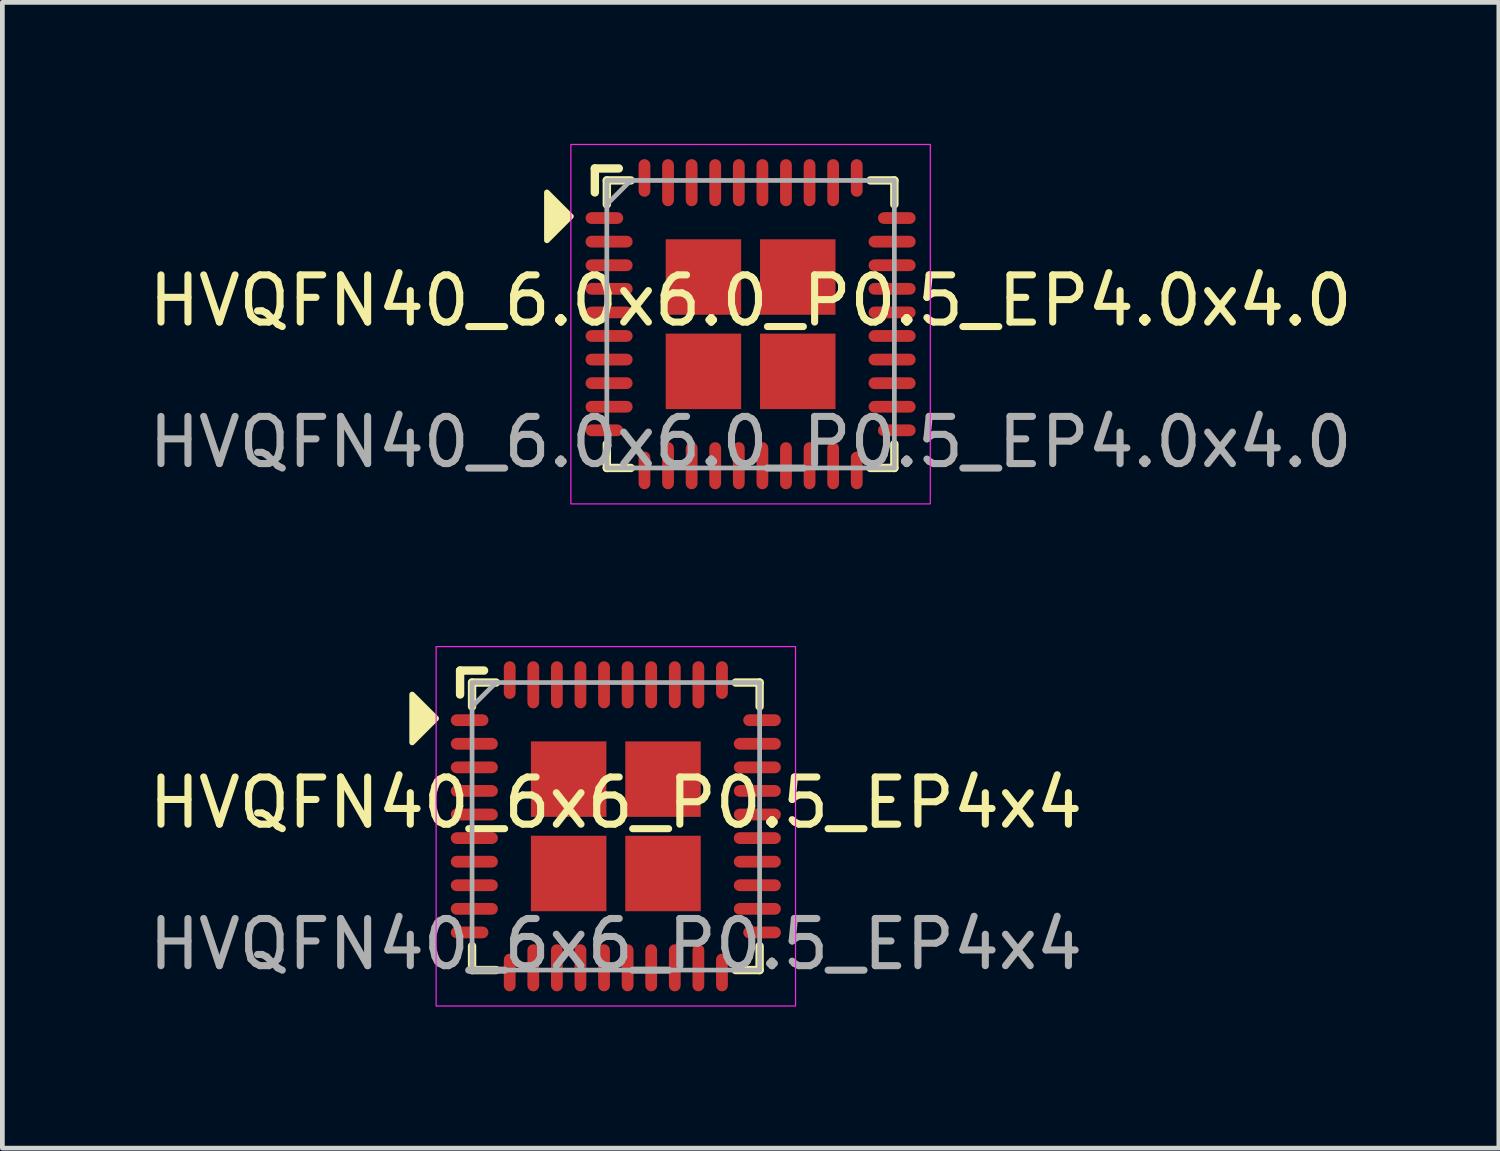
<source format=kicad_pcb>
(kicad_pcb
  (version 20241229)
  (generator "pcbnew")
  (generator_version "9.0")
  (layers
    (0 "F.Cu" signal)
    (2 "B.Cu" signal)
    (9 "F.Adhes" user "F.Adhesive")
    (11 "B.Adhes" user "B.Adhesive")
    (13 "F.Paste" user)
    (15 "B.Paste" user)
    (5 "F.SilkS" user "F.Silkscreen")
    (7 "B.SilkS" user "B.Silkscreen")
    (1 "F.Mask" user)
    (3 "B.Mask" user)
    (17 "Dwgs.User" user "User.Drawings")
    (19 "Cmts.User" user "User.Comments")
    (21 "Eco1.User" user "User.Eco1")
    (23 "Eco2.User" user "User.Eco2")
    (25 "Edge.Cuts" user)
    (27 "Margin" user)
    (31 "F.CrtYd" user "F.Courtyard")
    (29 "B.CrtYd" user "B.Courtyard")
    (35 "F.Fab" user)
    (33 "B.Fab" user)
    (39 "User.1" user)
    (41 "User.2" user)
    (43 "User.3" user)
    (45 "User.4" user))
  (footprint "HVQFN40_6x6_P0.5_EP4x4"
    (layer "F.Cu")
    (at 10.006 14.468)
    (property "Reference" "HVQFN40_6x6_P0.5_EP4x4" (at 0 -0.5 0) (unlocked yes) (layer "F.SilkS") (effects (font (size 1 1) (thickness 0.15))))
    (fp_line (start -3.302 -3.302) (end -2.794 -3.302) (stroke (width 0.178) (type solid)) (layer "F.SilkS"))
    (fp_line (start -3.302 -2.794) (end -3.302 -3.302) (stroke (width 0.178) (type solid)) (layer "F.SilkS"))
    (fp_line (start -3.048 -3.048) (end -3.048 -2.54) (stroke (width 0.178) (type solid)) (layer "F.SilkS"))
    (fp_line (start -3.048 2.54) (end -3.048 3.048) (stroke (width 0.178) (type solid)) (layer "F.SilkS"))
    (fp_line (start -2.54 -3.048) (end -3.048 -3.048) (stroke (width 0.178) (type solid)) (layer "F.SilkS"))
    (fp_line (start -2.54 3.048) (end -3.048 3.048) (stroke (width 0.178) (type solid)) (layer "F.SilkS"))
    (fp_line (start 2.54 -3.048) (end 3.048 -3.048) (stroke (width 0.178) (type solid)) (layer "F.SilkS"))
    (fp_line (start 2.54 3.048) (end 3.048 3.048) (stroke (width 0.178) (type solid)) (layer "F.SilkS"))
    (fp_line (start 3.048 -2.54) (end 3.048 -3.048) (stroke (width 0.178) (type solid)) (layer "F.SilkS"))
    (fp_line (start 3.048 2.54) (end 3.048 3.048) (stroke (width 0.178) (type solid)) (layer "F.SilkS"))
    (fp_poly (pts (xy -3.81 -2.286) (xy -4.318 -1.778) (xy -4.318 -2.794)) (stroke (width 0.12) (type solid)) (fill yes) (layer "F.SilkS"))
    (fp_rect (start -3.81 3.81) (end 3.81 -3.81) (stroke (width 0.025) (type solid)) (fill no) (layer "F.CrtYd"))
    (fp_line (start -3.048 -2.54) (end -2.54 -3.048) (stroke (width 0.1) (type solid)) (layer "F.Fab"))
    (fp_rect (start 3.048 -3.048) (end -3.048 3.048) (stroke (width 0.1) (type solid)) (fill no) (layer "F.Fab"))
    (fp_text user "${REFERENCE}" (at 0 2.5 0) (unlocked yes) (layer "F.Fab") (effects (font (size 1 1) (thickness 0.15))))
    (pad "1" smd roundrect (at -3.1 -2.25) (size 0.8 0.25) (layers "F.Cu" "F.Mask" "F.Paste") (roundrect_rratio 0.5))
    (pad "2" smd roundrect (at -3 -1.75) (size 1 0.25) (layers "F.Cu" "F.Mask" "F.Paste") (roundrect_rratio 0.5))
    (pad "3" smd roundrect (at -3 -1.25) (size 1 0.25) (layers "F.Cu" "F.Mask" "F.Paste") (roundrect_rratio 0.5))
    (pad "4" smd roundrect (at -3 -0.75) (size 1 0.25) (layers "F.Cu" "F.Mask" "F.Paste") (roundrect_rratio 0.5))
    (pad "5" smd roundrect (at -3 -0.25) (size 1 0.25) (layers "F.Cu" "F.Mask" "F.Paste") (roundrect_rratio 0.5))
    (pad "6" smd roundrect (at -3 0.25) (size 1 0.25) (layers "F.Cu" "F.Mask" "F.Paste") (roundrect_rratio 0.5))
    (pad "7" smd roundrect (at -3 0.75) (size 1 0.25) (layers "F.Cu" "F.Mask" "F.Paste") (roundrect_rratio 0.5))
    (pad "8" smd roundrect (at -3 1.25) (size 1 0.25) (layers "F.Cu" "F.Mask" "F.Paste") (roundrect_rratio 0.5))
    (pad "9" smd roundrect (at -3 1.75) (size 1 0.25) (layers "F.Cu" "F.Mask" "F.Paste") (roundrect_rratio 0.5))
    (pad "10" smd roundrect (at -3.1 2.25) (size 0.8 0.25) (layers "F.Cu" "F.Mask" "F.Paste") (roundrect_rratio 0.5))
    (pad "11" smd roundrect (at -2.25 3.1) (size 0.25 0.8) (layers "F.Cu" "F.Mask" "F.Paste") (roundrect_rratio 0.5))
    (pad "12" smd roundrect (at -1.75 3) (size 0.25 1) (layers "F.Cu" "F.Mask" "F.Paste") (roundrect_rratio 0.5))
    (pad "13" smd roundrect (at -1.25 3) (size 0.25 1) (layers "F.Cu" "F.Mask" "F.Paste") (roundrect_rratio 0.5))
    (pad "14" smd roundrect (at -0.75 3) (size 0.25 1) (layers "F.Cu" "F.Mask" "F.Paste") (roundrect_rratio 0.5))
    (pad "15" smd roundrect (at -0.25 3) (size 0.25 1) (layers "F.Cu" "F.Mask" "F.Paste") (roundrect_rratio 0.5))
    (pad "16" smd roundrect (at 0.25 3) (size 0.25 1) (layers "F.Cu" "F.Mask" "F.Paste") (roundrect_rratio 0.5))
    (pad "17" smd roundrect (at 0.75 3) (size 0.25 1) (layers "F.Cu" "F.Mask" "F.Paste") (roundrect_rratio 0.5))
    (pad "18" smd roundrect (at 1.25 3) (size 0.25 1) (layers "F.Cu" "F.Mask" "F.Paste") (roundrect_rratio 0.5))
    (pad "19" smd roundrect (at 1.75 3) (size 0.25 1) (layers "F.Cu" "F.Mask" "F.Paste") (roundrect_rratio 0.5))
    (pad "20" smd roundrect (at 2.25 3.1) (size 0.25 0.8) (layers "F.Cu" "F.Mask" "F.Paste") (roundrect_rratio 0.5))
    (pad "21" smd roundrect (at 3.1 2.25) (size 0.8 0.25) (layers "F.Cu" "F.Mask" "F.Paste") (roundrect_rratio 0.5))
    (pad "22" smd roundrect (at 3 1.75) (size 1 0.25) (layers "F.Cu" "F.Mask" "F.Paste") (roundrect_rratio 0.5))
    (pad "23" smd roundrect (at 3 1.25) (size 1 0.25) (layers "F.Cu" "F.Mask" "F.Paste") (roundrect_rratio 0.5))
    (pad "24" smd roundrect (at 3 0.75) (size 1 0.25) (layers "F.Cu" "F.Mask" "F.Paste") (roundrect_rratio 0.5))
    (pad "25" smd roundrect (at 3 0.25) (size 1 0.25) (layers "F.Cu" "F.Mask" "F.Paste") (roundrect_rratio 0.5))
    (pad "26" smd roundrect (at 3 -0.25) (size 1 0.25) (layers "F.Cu" "F.Mask" "F.Paste") (roundrect_rratio 0.5))
    (pad "27" smd roundrect (at 3 -0.75) (size 1 0.25) (layers "F.Cu" "F.Mask" "F.Paste") (roundrect_rratio 0.5))
    (pad "28" smd roundrect (at 3 -1.25) (size 1 0.25) (layers "F.Cu" "F.Mask" "F.Paste") (roundrect_rratio 0.5))
    (pad "29" smd roundrect (at 3 -1.75) (size 1 0.25) (layers "F.Cu" "F.Mask" "F.Paste") (roundrect_rratio 0.5))
    (pad "30" smd roundrect (at 3.1 -2.25) (size 0.8 0.25) (layers "F.Cu" "F.Mask" "F.Paste") (roundrect_rratio 0.5))
    (pad "31" smd roundrect (at 2.25 -3.1) (size 0.25 0.8) (layers "F.Cu" "F.Mask" "F.Paste") (roundrect_rratio 0.5))
    (pad "32" smd roundrect (at 1.75 -3) (size 0.25 1) (layers "F.Cu" "F.Mask" "F.Paste") (roundrect_rratio 0.5))
    (pad "33" smd roundrect (at 1.25 -3) (size 0.25 1) (layers "F.Cu" "F.Mask" "F.Paste") (roundrect_rratio 0.5))
    (pad "34" smd roundrect (at 0.75 -3) (size 0.25 1) (layers "F.Cu" "F.Mask" "F.Paste") (roundrect_rratio 0.5))
    (pad "35" smd roundrect (at 0.25 -3) (size 0.25 1) (layers "F.Cu" "F.Mask" "F.Paste") (roundrect_rratio 0.5))
    (pad "36" smd roundrect (at -0.25 -3) (size 0.25 1) (layers "F.Cu" "F.Mask" "F.Paste") (roundrect_rratio 0.5))
    (pad "37" smd roundrect (at -0.75 -3) (size 0.25 1) (layers "F.Cu" "F.Mask" "F.Paste") (roundrect_rratio 0.5))
    (pad "38" smd roundrect (at -1.25 -3) (size 0.25 1) (layers "F.Cu" "F.Mask" "F.Paste") (roundrect_rratio 0.5))
    (pad "39" smd roundrect (at -1.75 -3) (size 0.25 1) (layers "F.Cu" "F.Mask" "F.Paste") (roundrect_rratio 0.5))
    (pad "40" smd roundrect (at -2.25 -3.1) (size 0.25 0.8) (layers "F.Cu" "F.Mask" "F.Paste") (roundrect_rratio 0.5))
    (pad "41" smd rect (at -1 -1) (size 1.6 1.6) (layers "F.Cu" "F.Mask" "F.Paste"))
    (pad "41" smd rect (at -1 1) (size 1.6 1.6) (layers "F.Cu" "F.Mask" "F.Paste"))
    (pad "41" smd rect (at 1 -1) (size 1.6 1.6) (layers "F.Cu" "F.Mask" "F.Paste"))
    (pad "41" smd rect (at 1 1) (size 1.6 1.6) (layers "F.Cu" "F.Mask" "F.Paste")))
  (footprint "HVQFN40_6.0x6.0_P0.5_EP4.0x4.0"
    (layer "F.Cu")
    (at 12.863 3.823)
    (property "Reference" "HVQFN40_6.0x6.0_P0.5_EP4.0x4.0" (at 0 -0.5 0) (unlocked yes) (layer "F.SilkS") (effects (font (size 1 1) (thickness 0.15))))
    (fp_line (start -3.302 -3.302) (end -2.794 -3.302) (stroke (width 0.178) (type solid)) (layer "F.SilkS"))
    (fp_line (start -3.302 -2.794) (end -3.302 -3.302) (stroke (width 0.178) (type solid)) (layer "F.SilkS"))
    (fp_line (start -3.048 -3.048) (end -3.048 -2.54) (stroke (width 0.178) (type solid)) (layer "F.SilkS"))
    (fp_line (start -3.048 2.54) (end -3.048 3.048) (stroke (width 0.178) (type solid)) (layer "F.SilkS"))
    (fp_line (start -2.54 -3.048) (end -3.048 -3.048) (stroke (width 0.178) (type solid)) (layer "F.SilkS"))
    (fp_line (start -2.54 3.048) (end -3.048 3.048) (stroke (width 0.178) (type solid)) (layer "F.SilkS"))
    (fp_line (start 2.54 -3.048) (end 3.048 -3.048) (stroke (width 0.178) (type solid)) (layer "F.SilkS"))
    (fp_line (start 2.54 3.048) (end 3.048 3.048) (stroke (width 0.178) (type solid)) (layer "F.SilkS"))
    (fp_line (start 3.048 -2.54) (end 3.048 -3.048) (stroke (width 0.178) (type solid)) (layer "F.SilkS"))
    (fp_line (start 3.048 2.54) (end 3.048 3.048) (stroke (width 0.178) (type solid)) (layer "F.SilkS"))
    (fp_poly (pts (xy -3.81 -2.286) (xy -4.318 -1.778) (xy -4.318 -2.794)) (stroke (width 0.12) (type solid)) (fill yes) (layer "F.SilkS"))
    (fp_rect (start -3.81 3.81) (end 3.81 -3.81) (stroke (width 0.025) (type solid)) (fill no) (layer "F.CrtYd"))
    (fp_line (start -3.048 -2.54) (end -2.54 -3.048) (stroke (width 0.1) (type solid)) (layer "F.Fab"))
    (fp_rect (start 3.048 -3.048) (end -3.048 3.048) (stroke (width 0.1) (type solid)) (fill no) (layer "F.Fab"))
    (fp_text user "${REFERENCE}" (at 0 2.5 0) (unlocked yes) (layer "F.Fab") (effects (font (size 1 1) (thickness 0.15))))
    (pad "1" smd roundrect (at -3.1 -2.25) (size 0.8 0.25) (layers "F.Cu" "F.Mask" "F.Paste") (roundrect_rratio 0.5))
    (pad "2" smd roundrect (at -3 -1.75) (size 1 0.25) (layers "F.Cu" "F.Mask" "F.Paste") (roundrect_rratio 0.5))
    (pad "3" smd roundrect (at -3 -1.25) (size 1 0.25) (layers "F.Cu" "F.Mask" "F.Paste") (roundrect_rratio 0.5))
    (pad "4" smd roundrect (at -3 -0.75) (size 1 0.25) (layers "F.Cu" "F.Mask" "F.Paste") (roundrect_rratio 0.5))
    (pad "5" smd roundrect (at -3 -0.25) (size 1 0.25) (layers "F.Cu" "F.Mask" "F.Paste") (roundrect_rratio 0.5))
    (pad "6" smd roundrect (at -3 0.25) (size 1 0.25) (layers "F.Cu" "F.Mask" "F.Paste") (roundrect_rratio 0.5))
    (pad "7" smd roundrect (at -3 0.75) (size 1 0.25) (layers "F.Cu" "F.Mask" "F.Paste") (roundrect_rratio 0.5))
    (pad "8" smd roundrect (at -3 1.25) (size 1 0.25) (layers "F.Cu" "F.Mask" "F.Paste") (roundrect_rratio 0.5))
    (pad "9" smd roundrect (at -3 1.75) (size 1 0.25) (layers "F.Cu" "F.Mask" "F.Paste") (roundrect_rratio 0.5))
    (pad "10" smd roundrect (at -3.1 2.25) (size 0.8 0.25) (layers "F.Cu" "F.Mask" "F.Paste") (roundrect_rratio 0.5))
    (pad "11" smd roundrect (at -2.25 3.1) (size 0.25 0.8) (layers "F.Cu" "F.Mask" "F.Paste") (roundrect_rratio 0.5))
    (pad "12" smd roundrect (at -1.75 3) (size 0.25 1) (layers "F.Cu" "F.Mask" "F.Paste") (roundrect_rratio 0.5))
    (pad "13" smd roundrect (at -1.25 3) (size 0.25 1) (layers "F.Cu" "F.Mask" "F.Paste") (roundrect_rratio 0.5))
    (pad "14" smd roundrect (at -0.75 3) (size 0.25 1) (layers "F.Cu" "F.Mask" "F.Paste") (roundrect_rratio 0.5))
    (pad "15" smd roundrect (at -0.25 3) (size 0.25 1) (layers "F.Cu" "F.Mask" "F.Paste") (roundrect_rratio 0.5))
    (pad "16" smd roundrect (at 0.25 3) (size 0.25 1) (layers "F.Cu" "F.Mask" "F.Paste") (roundrect_rratio 0.5))
    (pad "17" smd roundrect (at 0.75 3) (size 0.25 1) (layers "F.Cu" "F.Mask" "F.Paste") (roundrect_rratio 0.5))
    (pad "18" smd roundrect (at 1.25 3) (size 0.25 1) (layers "F.Cu" "F.Mask" "F.Paste") (roundrect_rratio 0.5))
    (pad "19" smd roundrect (at 1.75 3) (size 0.25 1) (layers "F.Cu" "F.Mask" "F.Paste") (roundrect_rratio 0.5))
    (pad "20" smd roundrect (at 2.25 3.1) (size 0.25 0.8) (layers "F.Cu" "F.Mask" "F.Paste") (roundrect_rratio 0.5))
    (pad "21" smd roundrect (at 3.1 2.25) (size 0.8 0.25) (layers "F.Cu" "F.Mask" "F.Paste") (roundrect_rratio 0.5))
    (pad "22" smd roundrect (at 3 1.75) (size 1 0.25) (layers "F.Cu" "F.Mask" "F.Paste") (roundrect_rratio 0.5))
    (pad "23" smd roundrect (at 3 1.25) (size 1 0.25) (layers "F.Cu" "F.Mask" "F.Paste") (roundrect_rratio 0.5))
    (pad "24" smd roundrect (at 3 0.75) (size 1 0.25) (layers "F.Cu" "F.Mask" "F.Paste") (roundrect_rratio 0.5))
    (pad "25" smd roundrect (at 3 0.25) (size 1 0.25) (layers "F.Cu" "F.Mask" "F.Paste") (roundrect_rratio 0.5))
    (pad "26" smd roundrect (at 3 -0.25) (size 1 0.25) (layers "F.Cu" "F.Mask" "F.Paste") (roundrect_rratio 0.5))
    (pad "27" smd roundrect (at 3 -0.75) (size 1 0.25) (layers "F.Cu" "F.Mask" "F.Paste") (roundrect_rratio 0.5))
    (pad "28" smd roundrect (at 3 -1.25) (size 1 0.25) (layers "F.Cu" "F.Mask" "F.Paste") (roundrect_rratio 0.5))
    (pad "29" smd roundrect (at 3 -1.75) (size 1 0.25) (layers "F.Cu" "F.Mask" "F.Paste") (roundrect_rratio 0.5))
    (pad "30" smd roundrect (at 3.1 -2.25) (size 0.8 0.25) (layers "F.Cu" "F.Mask" "F.Paste") (roundrect_rratio 0.5))
    (pad "31" smd roundrect (at 2.25 -3.1) (size 0.25 0.8) (layers "F.Cu" "F.Mask" "F.Paste") (roundrect_rratio 0.5))
    (pad "32" smd roundrect (at 1.75 -3) (size 0.25 1) (layers "F.Cu" "F.Mask" "F.Paste") (roundrect_rratio 0.5))
    (pad "33" smd roundrect (at 1.25 -3) (size 0.25 1) (layers "F.Cu" "F.Mask" "F.Paste") (roundrect_rratio 0.5))
    (pad "34" smd roundrect (at 0.75 -3) (size 0.25 1) (layers "F.Cu" "F.Mask" "F.Paste") (roundrect_rratio 0.5))
    (pad "35" smd roundrect (at 0.25 -3) (size 0.25 1) (layers "F.Cu" "F.Mask" "F.Paste") (roundrect_rratio 0.5))
    (pad "36" smd roundrect (at -0.25 -3) (size 0.25 1) (layers "F.Cu" "F.Mask" "F.Paste") (roundrect_rratio 0.5))
    (pad "37" smd roundrect (at -0.75 -3) (size 0.25 1) (layers "F.Cu" "F.Mask" "F.Paste") (roundrect_rratio 0.5))
    (pad "38" smd roundrect (at -1.25 -3) (size 0.25 1) (layers "F.Cu" "F.Mask" "F.Paste") (roundrect_rratio 0.5))
    (pad "39" smd roundrect (at -1.75 -3) (size 0.25 1) (layers "F.Cu" "F.Mask" "F.Paste") (roundrect_rratio 0.5))
    (pad "40" smd roundrect (at -2.25 -3.1) (size 0.25 0.8) (layers "F.Cu" "F.Mask" "F.Paste") (roundrect_rratio 0.5))
    (pad "41" smd rect (at -1 -1) (size 1.6 1.6) (layers "F.Cu" "F.Mask" "F.Paste"))
    (pad "41" smd rect (at -1 1) (size 1.6 1.6) (layers "F.Cu" "F.Mask" "F.Paste"))
    (pad "41" smd rect (at 1 -1) (size 1.6 1.6) (layers "F.Cu" "F.Mask" "F.Paste"))
    (pad "41" smd rect (at 1 1) (size 1.6 1.6) (layers "F.Cu" "F.Mask" "F.Paste")))
  (gr_rect
    (start -3 -3)
    (end 28.726 21.291)
    (stroke (width 0.1) (type default))
    (fill no)
    (layer "Edge.Cuts")))
</source>
